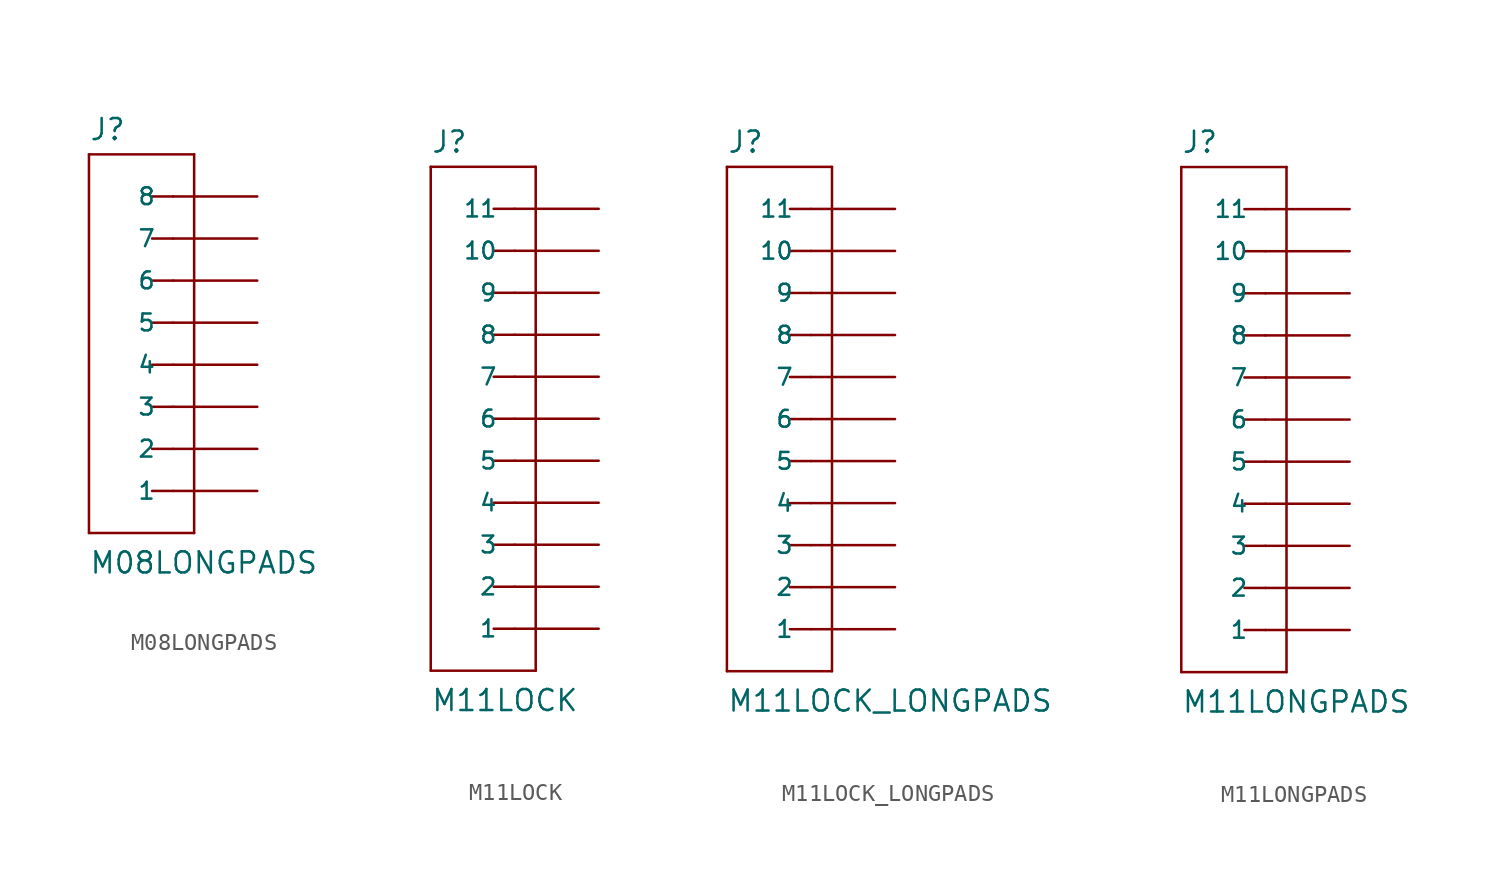
<source format=kicad_sym>
(kicad_symbol_lib
  (version 20211014)
  (generator kicad_symbol_editor)
  (symbol "M08LONGPADS"
    (pin_numbers hide)
    (pin_names
      (offset 1.016))
    (property "Reference" "J"
      (at -5.08 13.462 0)
      (effects (font (size 1.27 1.27)) (justify left bottom)))
    (property "Value" "M08LONGPADS"
      (at -5.08 -12.7 0)
      (effects (font (size 1.27 1.27)) (justify left bottom)))
    (property "Datasheet" ""
      (at 0 0 0)
      (effects (font (size 1.524 1.524))))
    (property "ki_locked" ""
      (at 0 0 0)
      (effects (font (size 1.27 1.27))))
    (symbol "M08LONGPADS_1_0"
      (polyline (pts (xy -5.08 12.7) (xy -5.08 -10.16)) (stroke (width 0) (type default) (color 0 0 0 0)) (fill (type none)))
      (polyline (pts (xy -5.08 12.7) (xy 1.27 12.7)) (stroke (width 0) (type default) (color 0 0 0 0)) (fill (type none)))
      (polyline (pts (xy -1.27 -7.62) (xy 0 -7.62)) (stroke (width 0) (type default) (color 0 0 0 0)) (fill (type none)))
      (polyline (pts (xy -1.27 -5.08) (xy 0 -5.08)) (stroke (width 0) (type default) (color 0 0 0 0)) (fill (type none)))
      (polyline (pts (xy -1.27 -2.54) (xy 0 -2.54)) (stroke (width 0) (type default) (color 0 0 0 0)) (fill (type none)))
      (polyline (pts (xy -1.27 0) (xy 0 0)) (stroke (width 0) (type default) (color 0 0 0 0)) (fill (type none)))
      (polyline (pts (xy -1.27 2.54) (xy 0 2.54)) (stroke (width 0) (type default) (color 0 0 0 0)) (fill (type none)))
      (polyline (pts (xy -1.27 5.08) (xy 0 5.08)) (stroke (width 0) (type default) (color 0 0 0 0)) (fill (type none)))
      (polyline (pts (xy -1.27 7.62) (xy 0 7.62)) (stroke (width 0) (type default) (color 0 0 0 0)) (fill (type none)))
      (polyline (pts (xy -1.27 10.16) (xy 0 10.16)) (stroke (width 0) (type default) (color 0 0 0 0)) (fill (type none)))
      (polyline (pts (xy 1.27 -10.16) (xy -5.08 -10.16)) (stroke (width 0) (type default) (color 0 0 0 0)) (fill (type none)))
      (polyline (pts (xy 1.27 -10.16) (xy 1.27 12.7)) (stroke (width 0) (type default) (color 0 0 0 0)) (fill (type none))))
    (symbol "M08LONGPADS_1_1"
      (pin passive line (at 5.08 -7.62 180) (length 5.08) (name "1" (effects (font (size 1.016 1.016)))) (number "1" (effects (font (size 1.016 1.016)))))
      (pin passive line (at 5.08 -5.08 180) (length 5.08) (name "2" (effects (font (size 1.016 1.016)))) (number "2" (effects (font (size 1.016 1.016)))))
      (pin passive line (at 5.08 -2.54 180) (length 5.08) (name "3" (effects (font (size 1.016 1.016)))) (number "3" (effects (font (size 1.016 1.016)))))
      (pin passive line (at 5.08 0 180) (length 5.08) (name "4" (effects (font (size 1.016 1.016)))) (number "4" (effects (font (size 1.016 1.016)))))
      (pin passive line (at 5.08 2.54 180) (length 5.08) (name "5" (effects (font (size 1.016 1.016)))) (number "5" (effects (font (size 1.016 1.016)))))
      (pin passive line (at 5.08 5.08 180) (length 5.08) (name "6" (effects (font (size 1.016 1.016)))) (number "6" (effects (font (size 1.016 1.016)))))
      (pin passive line (at 5.08 7.62 180) (length 5.08) (name "7" (effects (font (size 1.016 1.016)))) (number "7" (effects (font (size 1.016 1.016)))))
      (pin passive line (at 5.08 10.16 180) (length 5.08) (name "8" (effects (font (size 1.016 1.016)))) (number "8" (effects (font (size 1.016 1.016)))))))
  (symbol "M11LOCK"
    (pin_numbers hide)
    (pin_names
      (offset 1.016))
    (property "Reference" "J"
      (at 0 16.002 0)
      (effects (font (size 1.27 1.27)) (justify left bottom)))
    (property "Value" "M11LOCK"
      (at 0 -17.78 0)
      (effects (font (size 1.27 1.27)) (justify left bottom)))
    (property "Datasheet" ""
      (at 0 0 0)
      (effects (font (size 1.524 1.524))))
    (property "ki_locked" ""
      (at 0 0 0)
      (effects (font (size 1.27 1.27))))
    (symbol "M11LOCK_1_0"
      (polyline (pts (xy 0 15.24) (xy 0 -15.24)) (stroke (width 0) (type default) (color 0 0 0 0)) (fill (type none)))
      (polyline (pts (xy 0 15.24) (xy 6.35 15.24)) (stroke (width 0) (type default) (color 0 0 0 0)) (fill (type none)))
      (polyline (pts (xy 3.81 -12.7) (xy 5.08 -12.7)) (stroke (width 0) (type default) (color 0 0 0 0)) (fill (type none)))
      (polyline (pts (xy 3.81 -10.16) (xy 5.08 -10.16)) (stroke (width 0) (type default) (color 0 0 0 0)) (fill (type none)))
      (polyline (pts (xy 3.81 -7.62) (xy 5.08 -7.62)) (stroke (width 0) (type default) (color 0 0 0 0)) (fill (type none)))
      (polyline (pts (xy 3.81 -5.08) (xy 5.08 -5.08)) (stroke (width 0) (type default) (color 0 0 0 0)) (fill (type none)))
      (polyline (pts (xy 3.81 -2.54) (xy 5.08 -2.54)) (stroke (width 0) (type default) (color 0 0 0 0)) (fill (type none)))
      (polyline (pts (xy 3.81 0) (xy 5.08 0)) (stroke (width 0) (type default) (color 0 0 0 0)) (fill (type none)))
      (polyline (pts (xy 3.81 2.54) (xy 5.08 2.54)) (stroke (width 0) (type default) (color 0 0 0 0)) (fill (type none)))
      (polyline (pts (xy 3.81 5.08) (xy 5.08 5.08)) (stroke (width 0) (type default) (color 0 0 0 0)) (fill (type none)))
      (polyline (pts (xy 3.81 7.62) (xy 5.08 7.62)) (stroke (width 0) (type default) (color 0 0 0 0)) (fill (type none)))
      (polyline (pts (xy 3.81 10.16) (xy 5.08 10.16)) (stroke (width 0) (type default) (color 0 0 0 0)) (fill (type none)))
      (polyline (pts (xy 3.81 12.7) (xy 5.08 12.7)) (stroke (width 0) (type default) (color 0 0 0 0)) (fill (type none)))
      (polyline (pts (xy 6.35 -15.24) (xy 0 -15.24)) (stroke (width 0) (type default) (color 0 0 0 0)) (fill (type none)))
      (polyline (pts (xy 6.35 -15.24) (xy 6.35 15.24)) (stroke (width 0) (type default) (color 0 0 0 0)) (fill (type none))))
    (symbol "M11LOCK_1_1"
      (pin passive line (at 10.16 -12.7 180) (length 5.08) (name "1" (effects (font (size 1.016 1.016)))) (number "1" (effects (font (size 1.016 1.016)))))
      (pin passive line (at 10.16 10.16 180) (length 5.08) (name "10" (effects (font (size 1.016 1.016)))) (number "10" (effects (font (size 1.016 1.016)))))
      (pin passive line (at 10.16 12.7 180) (length 5.08) (name "11" (effects (font (size 1.016 1.016)))) (number "11" (effects (font (size 1.016 1.016)))))
      (pin passive line (at 10.16 -10.16 180) (length 5.08) (name "2" (effects (font (size 1.016 1.016)))) (number "2" (effects (font (size 1.016 1.016)))))
      (pin passive line (at 10.16 -7.62 180) (length 5.08) (name "3" (effects (font (size 1.016 1.016)))) (number "3" (effects (font (size 1.016 1.016)))))
      (pin passive line (at 10.16 -5.08 180) (length 5.08) (name "4" (effects (font (size 1.016 1.016)))) (number "4" (effects (font (size 1.016 1.016)))))
      (pin passive line (at 10.16 -2.54 180) (length 5.08) (name "5" (effects (font (size 1.016 1.016)))) (number "5" (effects (font (size 1.016 1.016)))))
      (pin passive line (at 10.16 0 180) (length 5.08) (name "6" (effects (font (size 1.016 1.016)))) (number "6" (effects (font (size 1.016 1.016)))))
      (pin passive line (at 10.16 2.54 180) (length 5.08) (name "7" (effects (font (size 1.016 1.016)))) (number "7" (effects (font (size 1.016 1.016)))))
      (pin passive line (at 10.16 5.08 180) (length 5.08) (name "8" (effects (font (size 1.016 1.016)))) (number "8" (effects (font (size 1.016 1.016)))))
      (pin passive line (at 10.16 7.62 180) (length 5.08) (name "9" (effects (font (size 1.016 1.016)))) (number "9" (effects (font (size 1.016 1.016)))))))
  (symbol "M11LOCK_LONGPADS"
    (pin_numbers hide)
    (pin_names
      (offset 1.016))
    (property "Reference" "J"
      (at 0 16.002 0)
      (effects (font (size 1.27 1.27)) (justify left bottom)))
    (property "Value" "M11LOCK_LONGPADS"
      (at 0 -17.78 0)
      (effects (font (size 1.27 1.27)) (justify left bottom)))
    (property "Datasheet" ""
      (at 0 0 0)
      (effects (font (size 1.524 1.524))))
    (property "ki_locked" ""
      (at 0 0 0)
      (effects (font (size 1.27 1.27))))
    (symbol "M11LOCK_LONGPADS_1_0"
      (polyline (pts (xy 0 15.24) (xy 0 -15.24)) (stroke (width 0) (type default) (color 0 0 0 0)) (fill (type none)))
      (polyline (pts (xy 0 15.24) (xy 6.35 15.24)) (stroke (width 0) (type default) (color 0 0 0 0)) (fill (type none)))
      (polyline (pts (xy 3.81 -12.7) (xy 5.08 -12.7)) (stroke (width 0) (type default) (color 0 0 0 0)) (fill (type none)))
      (polyline (pts (xy 3.81 -10.16) (xy 5.08 -10.16)) (stroke (width 0) (type default) (color 0 0 0 0)) (fill (type none)))
      (polyline (pts (xy 3.81 -7.62) (xy 5.08 -7.62)) (stroke (width 0) (type default) (color 0 0 0 0)) (fill (type none)))
      (polyline (pts (xy 3.81 -5.08) (xy 5.08 -5.08)) (stroke (width 0) (type default) (color 0 0 0 0)) (fill (type none)))
      (polyline (pts (xy 3.81 -2.54) (xy 5.08 -2.54)) (stroke (width 0) (type default) (color 0 0 0 0)) (fill (type none)))
      (polyline (pts (xy 3.81 0) (xy 5.08 0)) (stroke (width 0) (type default) (color 0 0 0 0)) (fill (type none)))
      (polyline (pts (xy 3.81 2.54) (xy 5.08 2.54)) (stroke (width 0) (type default) (color 0 0 0 0)) (fill (type none)))
      (polyline (pts (xy 3.81 5.08) (xy 5.08 5.08)) (stroke (width 0) (type default) (color 0 0 0 0)) (fill (type none)))
      (polyline (pts (xy 3.81 7.62) (xy 5.08 7.62)) (stroke (width 0) (type default) (color 0 0 0 0)) (fill (type none)))
      (polyline (pts (xy 3.81 10.16) (xy 5.08 10.16)) (stroke (width 0) (type default) (color 0 0 0 0)) (fill (type none)))
      (polyline (pts (xy 3.81 12.7) (xy 5.08 12.7)) (stroke (width 0) (type default) (color 0 0 0 0)) (fill (type none)))
      (polyline (pts (xy 6.35 -15.24) (xy 0 -15.24)) (stroke (width 0) (type default) (color 0 0 0 0)) (fill (type none)))
      (polyline (pts (xy 6.35 -15.24) (xy 6.35 15.24)) (stroke (width 0) (type default) (color 0 0 0 0)) (fill (type none))))
    (symbol "M11LOCK_LONGPADS_1_1"
      (pin passive line (at 10.16 -12.7 180) (length 5.08) (name "1" (effects (font (size 1.016 1.016)))) (number "1" (effects (font (size 1.016 1.016)))))
      (pin passive line (at 10.16 10.16 180) (length 5.08) (name "10" (effects (font (size 1.016 1.016)))) (number "10" (effects (font (size 1.016 1.016)))))
      (pin passive line (at 10.16 12.7 180) (length 5.08) (name "11" (effects (font (size 1.016 1.016)))) (number "11" (effects (font (size 1.016 1.016)))))
      (pin passive line (at 10.16 -10.16 180) (length 5.08) (name "2" (effects (font (size 1.016 1.016)))) (number "2" (effects (font (size 1.016 1.016)))))
      (pin passive line (at 10.16 -7.62 180) (length 5.08) (name "3" (effects (font (size 1.016 1.016)))) (number "3" (effects (font (size 1.016 1.016)))))
      (pin passive line (at 10.16 -5.08 180) (length 5.08) (name "4" (effects (font (size 1.016 1.016)))) (number "4" (effects (font (size 1.016 1.016)))))
      (pin passive line (at 10.16 -2.54 180) (length 5.08) (name "5" (effects (font (size 1.016 1.016)))) (number "5" (effects (font (size 1.016 1.016)))))
      (pin passive line (at 10.16 0 180) (length 5.08) (name "6" (effects (font (size 1.016 1.016)))) (number "6" (effects (font (size 1.016 1.016)))))
      (pin passive line (at 10.16 2.54 180) (length 5.08) (name "7" (effects (font (size 1.016 1.016)))) (number "7" (effects (font (size 1.016 1.016)))))
      (pin passive line (at 10.16 5.08 180) (length 5.08) (name "8" (effects (font (size 1.016 1.016)))) (number "8" (effects (font (size 1.016 1.016)))))
      (pin passive line (at 10.16 7.62 180) (length 5.08) (name "9" (effects (font (size 1.016 1.016)))) (number "9" (effects (font (size 1.016 1.016)))))))
  (symbol "M11LONGPADS"
    (pin_numbers hide)
    (pin_names
      (offset 1.016))
    (property "Reference" "J"
      (at 0 16.002 0)
      (effects (font (size 1.27 1.27)) (justify left bottom)))
    (property "Value" "M11LONGPADS"
      (at 0 -17.78 0)
      (effects (font (size 1.27 1.27)) (justify left bottom)))
    (property "Datasheet" ""
      (at 0 0 0)
      (effects (font (size 1.524 1.524))))
    (property "ki_locked" ""
      (at 0 0 0)
      (effects (font (size 1.27 1.27))))
    (symbol "M11LONGPADS_1_0"
      (polyline (pts (xy 0 15.24) (xy 0 -15.24)) (stroke (width 0) (type default) (color 0 0 0 0)) (fill (type none)))
      (polyline (pts (xy 0 15.24) (xy 6.35 15.24)) (stroke (width 0) (type default) (color 0 0 0 0)) (fill (type none)))
      (polyline (pts (xy 3.81 -12.7) (xy 5.08 -12.7)) (stroke (width 0) (type default) (color 0 0 0 0)) (fill (type none)))
      (polyline (pts (xy 3.81 -10.16) (xy 5.08 -10.16)) (stroke (width 0) (type default) (color 0 0 0 0)) (fill (type none)))
      (polyline (pts (xy 3.81 -7.62) (xy 5.08 -7.62)) (stroke (width 0) (type default) (color 0 0 0 0)) (fill (type none)))
      (polyline (pts (xy 3.81 -5.08) (xy 5.08 -5.08)) (stroke (width 0) (type default) (color 0 0 0 0)) (fill (type none)))
      (polyline (pts (xy 3.81 -2.54) (xy 5.08 -2.54)) (stroke (width 0) (type default) (color 0 0 0 0)) (fill (type none)))
      (polyline (pts (xy 3.81 0) (xy 5.08 0)) (stroke (width 0) (type default) (color 0 0 0 0)) (fill (type none)))
      (polyline (pts (xy 3.81 2.54) (xy 5.08 2.54)) (stroke (width 0) (type default) (color 0 0 0 0)) (fill (type none)))
      (polyline (pts (xy 3.81 5.08) (xy 5.08 5.08)) (stroke (width 0) (type default) (color 0 0 0 0)) (fill (type none)))
      (polyline (pts (xy 3.81 7.62) (xy 5.08 7.62)) (stroke (width 0) (type default) (color 0 0 0 0)) (fill (type none)))
      (polyline (pts (xy 3.81 10.16) (xy 5.08 10.16)) (stroke (width 0) (type default) (color 0 0 0 0)) (fill (type none)))
      (polyline (pts (xy 3.81 12.7) (xy 5.08 12.7)) (stroke (width 0) (type default) (color 0 0 0 0)) (fill (type none)))
      (polyline (pts (xy 6.35 -15.24) (xy 0 -15.24)) (stroke (width 0) (type default) (color 0 0 0 0)) (fill (type none)))
      (polyline (pts (xy 6.35 -15.24) (xy 6.35 15.24)) (stroke (width 0) (type default) (color 0 0 0 0)) (fill (type none))))
    (symbol "M11LONGPADS_1_1"
      (pin passive line (at 10.16 -12.7 180) (length 5.08) (name "1" (effects (font (size 1.016 1.016)))) (number "1" (effects (font (size 1.016 1.016)))))
      (pin passive line (at 10.16 10.16 180) (length 5.08) (name "10" (effects (font (size 1.016 1.016)))) (number "10" (effects (font (size 1.016 1.016)))))
      (pin passive line (at 10.16 12.7 180) (length 5.08) (name "11" (effects (font (size 1.016 1.016)))) (number "11" (effects (font (size 1.016 1.016)))))
      (pin passive line (at 10.16 -10.16 180) (length 5.08) (name "2" (effects (font (size 1.016 1.016)))) (number "2" (effects (font (size 1.016 1.016)))))
      (pin passive line (at 10.16 -7.62 180) (length 5.08) (name "3" (effects (font (size 1.016 1.016)))) (number "3" (effects (font (size 1.016 1.016)))))
      (pin passive line (at 10.16 -5.08 180) (length 5.08) (name "4" (effects (font (size 1.016 1.016)))) (number "4" (effects (font (size 1.016 1.016)))))
      (pin passive line (at 10.16 -2.54 180) (length 5.08) (name "5" (effects (font (size 1.016 1.016)))) (number "5" (effects (font (size 1.016 1.016)))))
      (pin passive line (at 10.16 0 180) (length 5.08) (name "6" (effects (font (size 1.016 1.016)))) (number "6" (effects (font (size 1.016 1.016)))))
      (pin passive line (at 10.16 2.54 180) (length 5.08) (name "7" (effects (font (size 1.016 1.016)))) (number "7" (effects (font (size 1.016 1.016)))))
      (pin passive line (at 10.16 5.08 180) (length 5.08) (name "8" (effects (font (size 1.016 1.016)))) (number "8" (effects (font (size 1.016 1.016)))))
      (pin passive line (at 10.16 7.62 180) (length 5.08) (name "9" (effects (font (size 1.016 1.016)))) (number "9" (effects (font (size 1.016 1.016))))))))
</source>
